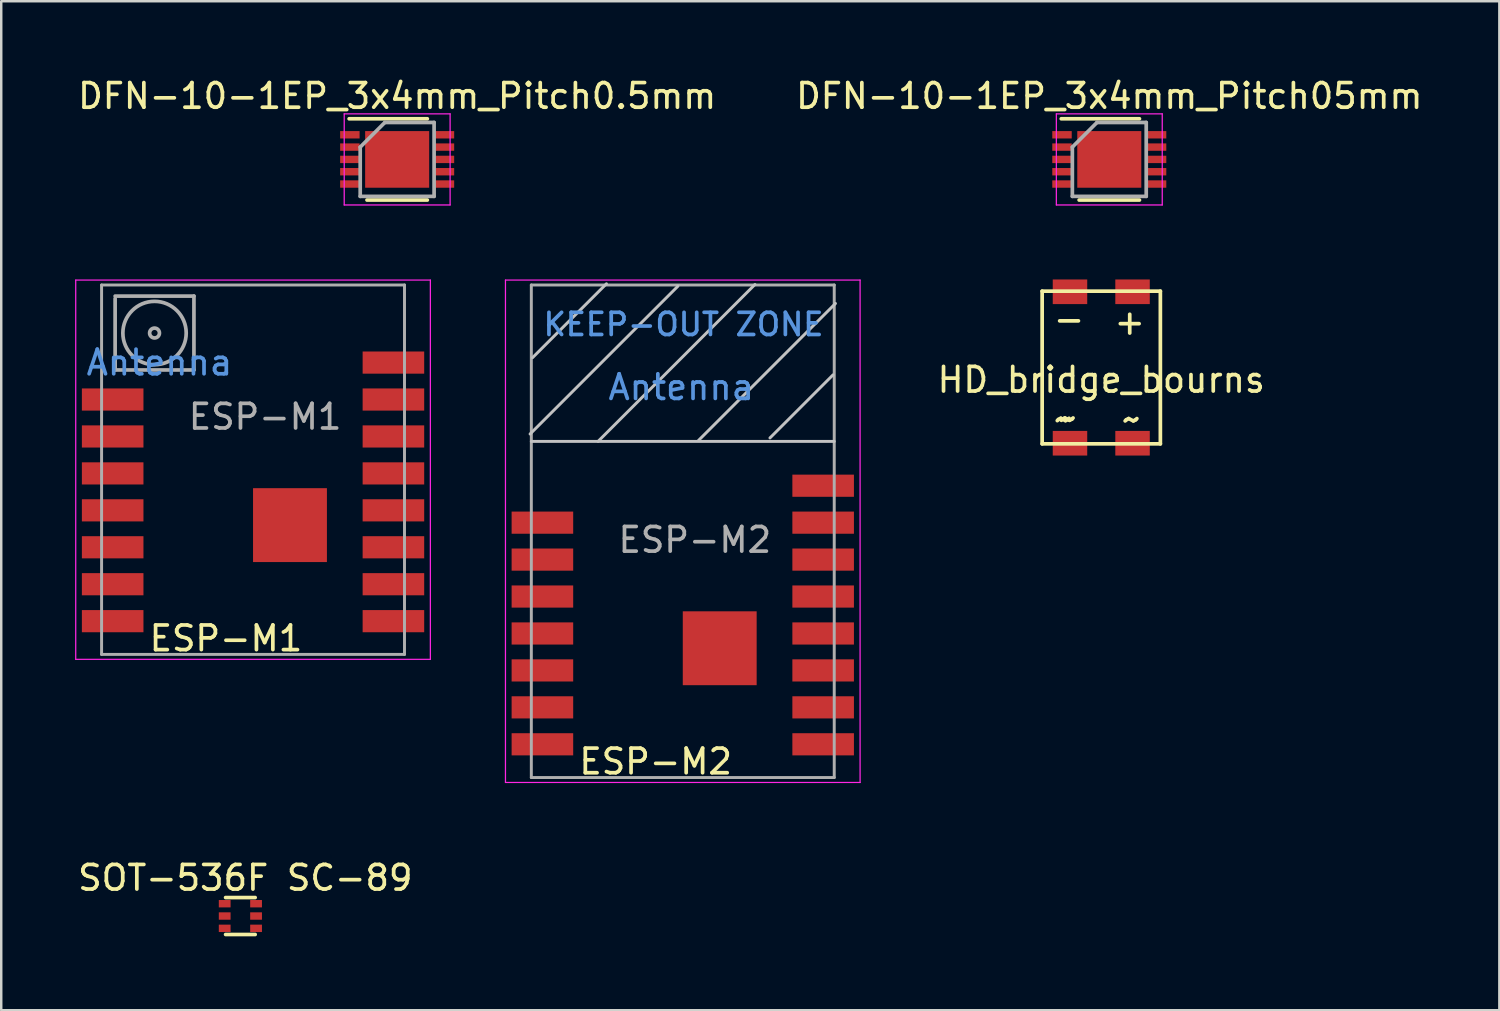
<source format=kicad_pcb>
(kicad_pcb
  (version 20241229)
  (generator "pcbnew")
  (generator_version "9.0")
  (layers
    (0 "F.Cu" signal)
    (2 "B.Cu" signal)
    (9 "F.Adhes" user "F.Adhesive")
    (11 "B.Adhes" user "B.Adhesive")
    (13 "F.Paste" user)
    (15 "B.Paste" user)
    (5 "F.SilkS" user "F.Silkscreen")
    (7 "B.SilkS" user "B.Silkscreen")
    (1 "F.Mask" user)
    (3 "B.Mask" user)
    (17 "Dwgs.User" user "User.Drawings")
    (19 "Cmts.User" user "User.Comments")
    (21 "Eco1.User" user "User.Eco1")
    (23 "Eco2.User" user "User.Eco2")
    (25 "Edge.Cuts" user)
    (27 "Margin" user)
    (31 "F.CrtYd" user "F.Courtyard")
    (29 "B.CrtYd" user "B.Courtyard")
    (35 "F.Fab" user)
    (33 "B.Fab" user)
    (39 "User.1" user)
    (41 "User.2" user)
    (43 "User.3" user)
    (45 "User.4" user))
  (footprint "ESP-M2"
    (layer "F.Cu")
    (at 24.675 19.673)
    (property "Reference" "ESP-M2" (at -1.1 8.2 0) (layer "F.SilkS") (effects (font (size 1 1) (thickness 0.15))))
    (attr smd)
    (fp_line (start -6.2 -5.1) (end -0.2 -11.1) (stroke (width 0.12) (type solid)) (layer "Dwgs.User"))
    (fp_line (start -6.1 -8.2) (end -3.1 -11.2) (stroke (width 0.12) (type solid)) (layer "Dwgs.User"))
    (fp_line (start -3.44 -4.8) (end 2.93 -11.17) (stroke (width 0.12) (type solid)) (layer "Dwgs.User"))
    (fp_line (start 0.64 -4.84) (end 6.2 -10.4) (stroke (width 0.12) (type solid)) (layer "Dwgs.User"))
    (fp_line (start 3.54 -4.94) (end 6.1 -7.5) (stroke (width 0.12) (type solid)) (layer "Dwgs.User"))
    (fp_line (start 6.15 -4.8) (end -6.15 -4.8) (stroke (width 0.12) (type solid)) (layer "Dwgs.User"))
    (fp_line (start -7.2 -11.35) (end -7.2 9.05) (stroke (width 0.05) (type solid)) (layer "F.CrtYd"))
    (fp_line (start -7.2 -11.35) (end 7.2 -11.35) (stroke (width 0.05) (type solid)) (layer "F.CrtYd"))
    (fp_line (start 7.2 -11.35) (end 7.2 9.05) (stroke (width 0.05) (type solid)) (layer "F.CrtYd"))
    (fp_line (start 7.2 9.05) (end -7.2 9.05) (stroke (width 0.05) (type solid)) (layer "F.CrtYd"))
    (fp_line (start -6.15 -11.15) (end 6.15 -11.15) (stroke (width 0.12) (type solid)) (layer "F.Fab"))
    (fp_line (start -6.15 8.85) (end -6.15 -11.15) (stroke (width 0.12) (type solid)) (layer "F.Fab"))
    (fp_line (start 6.15 -11.15) (end 6.15 8.85) (stroke (width 0.12) (type solid)) (layer "F.Fab"))
    (fp_line (start 6.15 8.85) (end -6.15 8.85) (stroke (width 0.12) (type solid)) (layer "F.Fab"))
    (fp_text user "KEEP-OUT ZONE" (at 0.03 -9.55 180) (layer "Cmts.User") (effects (font (size 0.9 0.9) (thickness 0.15))))
    (fp_text user "Antenna" (at -0.06 -7 180) (layer "Cmts.User") (effects (font (size 1 1) (thickness 0.15))))
    (fp_text user "${REFERENCE}" (at 0.49 -0.8 0) (layer "F.Fab") (effects (font (size 1 1) (thickness 0.15))))
    (pad "1" smd rect (at -5.7 -1.5) (size 2.5 0.9) (layers "F.Cu" "F.Mask" "F.Paste"))
    (pad "2" smd rect (at -5.7 0) (size 2.5 0.9) (layers "F.Cu" "F.Mask" "F.Paste"))
    (pad "3" smd rect (at -5.7 1.5) (size 2.5 0.9) (layers "F.Cu" "F.Mask" "F.Paste"))
    (pad "4" smd rect (at -5.7 3) (size 2.5 0.9) (layers "F.Cu" "F.Mask" "F.Paste"))
    (pad "5" smd rect (at -5.7 4.5) (size 2.5 0.9) (layers "F.Cu" "F.Mask" "F.Paste"))
    (pad "6" smd rect (at -5.7 6) (size 2.5 0.9) (layers "F.Cu" "F.Mask" "F.Paste"))
    (pad "7" smd rect (at -5.7 7.5) (size 2.5 0.9) (layers "F.Cu" "F.Mask" "F.Paste"))
    (pad "8" smd rect (at 1.5 3.6) (size 3 3) (layers "F.Cu" "F.Mask" "F.Paste"))
    (pad "8" smd rect (at 5.7 7.5) (size 2.5 0.9) (layers "F.Cu" "F.Mask" "F.Paste"))
    (pad "9" smd rect (at 5.7 6) (size 2.5 0.9) (layers "F.Cu" "F.Mask" "F.Paste"))
    (pad "10" smd rect (at 5.7 4.5) (size 2.5 0.9) (layers "F.Cu" "F.Mask" "F.Paste"))
    (pad "11" smd rect (at 5.7 3) (size 2.5 0.9) (layers "F.Cu" "F.Mask" "F.Paste"))
    (pad "12" smd rect (at 5.7 1.5) (size 2.5 0.9) (layers "F.Cu" "F.Mask" "F.Paste"))
    (pad "13" smd rect (at 5.7 0) (size 2.5 0.9) (layers "F.Cu" "F.Mask" "F.Paste"))
    (pad "14" smd rect (at 5.7 -1.5) (size 2.5 0.9) (layers "F.Cu" "F.Mask" "F.Paste"))
    (pad "15" smd rect (at 5.7 -3) (size 2.5 0.9) (layers "F.Cu" "F.Mask" "F.Paste")))
  (footprint "SOT-536F SC-89"
    (layer "F.Cu")
    (at 6.711 33.996)
    (property "Reference" "SOT-536F SC-89" (at 0.2 -1.4 0) (layer "F.SilkS") (effects (font (size 1 1) (thickness 0.15))))
    (attr through_hole)
    (fp_line (start -0.6 -0.6) (end 0.6 -0.6) (stroke (width 0.15) (type solid)) (layer "F.SilkS"))
    (fp_line (start 0.6 0.9) (end -0.6 0.9) (stroke (width 0.15) (type solid)) (layer "F.SilkS"))
    (pad "1" smd rect (at -0.637 -0.35) (size 0.478 0.3) (layers "F.Cu" "F.Mask" "F.Paste"))
    (pad "2" smd rect (at -0.637 0.15) (size 0.478 0.3) (layers "F.Cu" "F.Mask" "F.Paste"))
    (pad "3" smd rect (at -0.637 0.65) (size 0.478 0.3) (layers "F.Cu" "F.Mask" "F.Paste"))
    (pad "4" smd rect (at 0.637 0.65) (size 0.478 0.3) (layers "F.Cu" "F.Mask" "F.Paste"))
    (pad "5" smd rect (at 0.637 0.15) (size 0.478 0.3) (layers "F.Cu" "F.Mask" "F.Paste"))
    (pad "6" smd rect (at 0.637 -0.35) (size 0.478 0.3) (layers "F.Cu" "F.Mask" "F.Paste")))
  (footprint "HD_bridge_bourns"
    (layer "F.Cu")
    (at 41.668 11.873)
    (property "Reference" "HD_bridge_bourns" (at 0 0.5 0) (layer "F.SilkS") (effects (font (size 1 1) (thickness 0.15))))
    (attr through_hole)
    (fp_line (start -2.4 -3.1) (end -2.4 3.1) (stroke (width 0.15) (type solid)) (layer "F.SilkS"))
    (fp_line (start -2.4 -3.1) (end 2.4 -3.1) (stroke (width 0.15) (type solid)) (layer "F.SilkS"))
    (fp_line (start -2.4 3.1) (end 2.4 3.1) (stroke (width 0.15) (type solid)) (layer "F.SilkS"))
    (fp_line (start 2.4 -3.1) (end 2.4 3.1) (stroke (width 0.15) (type solid)) (layer "F.SilkS"))
    (fp_text user "~" (at -1.524 2.083 0) (layer "F.SilkS") (effects (font (size 1 1) (thickness 0.15))))
    (fp_text user "-" (at -1.308 -1.968 0) (layer "F.SilkS") (effects (font (size 1 1) (thickness 0.15))))
    (fp_text user "+" (at 1.156 -1.854 0) (layer "F.SilkS") (effects (font (size 1 1) (thickness 0.15))))
    (fp_text user "~" (at -1.359 2.07 0) (layer "F.SilkS") (effects (font (size 1 1) (thickness 0.15))))
    (fp_text user "~" (at 1.232 2.095 0) (layer "F.SilkS") (effects (font (size 1 1) (thickness 0.15))))
    (pad "1" smd rect (at 1.27 -3.075) (size 1.4 1) (layers "F.Cu" "F.Mask" "F.Paste"))
    (pad "2" smd rect (at 1.27 3.075) (size 1.4 1) (layers "F.Cu" "F.Mask" "F.Paste"))
    (pad "3" smd rect (at -1.27 3.075) (size 1.4 1) (layers "F.Cu" "F.Mask" "F.Paste"))
    (pad "4" smd rect (at -1.27 -3.075) (size 1.4 1) (layers "F.Cu" "F.Mask" "F.Paste")))
  (footprint "DFN-10-1EP_3x4mm_Pitch0.5mm"
    (layer "F.Cu")
    (at 13.077 3.423)
    (property "Reference" "DFN-10-1EP_3x4mm_Pitch0.5mm" (at 0 -2.575 0) (layer "F.SilkS") (effects (font (size 1 1) (thickness 0.15))))
    (attr smd)
    (fp_line (start -1.95 -1.65) (end 1.225 -1.65) (stroke (width 0.15) (type solid)) (layer "F.SilkS"))
    (fp_line (start -1.225 1.65) (end 1.225 1.65) (stroke (width 0.15) (type solid)) (layer "F.SilkS"))
    (fp_line (start -2.15 -1.85) (end -2.15 1.85) (stroke (width 0.05) (type solid)) (layer "F.CrtYd"))
    (fp_line (start -2.15 -1.85) (end 2.15 -1.85) (stroke (width 0.05) (type solid)) (layer "F.CrtYd"))
    (fp_line (start -2.15 1.85) (end 2.15 1.85) (stroke (width 0.05) (type solid)) (layer "F.CrtYd"))
    (fp_line (start 2.15 -1.85) (end 2.15 1.85) (stroke (width 0.05) (type solid)) (layer "F.CrtYd"))
    (fp_line (start -1.5 -0.5) (end -0.5 -1.5) (stroke (width 0.15) (type solid)) (layer "F.Fab"))
    (fp_line (start -1.5 1.5) (end -1.5 -0.5) (stroke (width 0.15) (type solid)) (layer "F.Fab"))
    (fp_line (start -0.5 -1.5) (end 1.5 -1.5) (stroke (width 0.15) (type solid)) (layer "F.Fab"))
    (fp_line (start 1.5 -1.5) (end 1.5 1.5) (stroke (width 0.15) (type solid)) (layer "F.Fab"))
    (fp_line (start 1.5 1.5) (end -1.5 1.5) (stroke (width 0.15) (type solid)) (layer "F.Fab"))
    (pad "1" smd rect (at -1.92 -1) (size 0.79 0.3) (layers "F.Cu" "F.Mask" "F.Paste"))
    (pad "2" smd rect (at -1.92 -0.5) (size 0.79 0.3) (layers "F.Cu" "F.Mask" "F.Paste"))
    (pad "3" smd rect (at -1.92 0) (size 0.79 0.3) (layers "F.Cu" "F.Mask" "F.Paste"))
    (pad "4" smd rect (at -1.92 0.5) (size 0.79 0.3) (layers "F.Cu" "F.Mask" "F.Paste"))
    (pad "5" smd rect (at -1.92 1) (size 0.79 0.3) (layers "F.Cu" "F.Mask" "F.Paste"))
    (pad "6" smd rect (at 1.92 1) (size 0.79 0.3) (layers "F.Cu" "F.Mask" "F.Paste"))
    (pad "7" smd rect (at 1.92 0.5) (size 0.79 0.3) (layers "F.Cu" "F.Mask" "F.Paste"))
    (pad "8" smd rect (at 1.92 0) (size 0.79 0.3) (layers "F.Cu" "F.Mask" "F.Paste"))
    (pad "9" smd rect (at 1.92 -0.5) (size 0.79 0.3) (layers "F.Cu" "F.Mask" "F.Paste"))
    (pad "10" smd rect (at 1.92 -1) (size 0.79 0.3) (layers "F.Cu" "F.Mask" "F.Paste"))
    (pad "11" smd rect (at 0 0) (size 2.6 2.3) (layers "F.Cu" "F.Mask" "F.Paste")))
  (footprint "DFN-10-1EP_3x4mm_Pitch05mm"
    (layer "F.Cu")
    (at 41.994 3.423)
    (property "Reference" "DFN-10-1EP_3x4mm_Pitch05mm" (at 0 -2.575 0) (layer "F.SilkS") (effects (font (size 1 1) (thickness 0.15))))
    (attr smd)
    (fp_line (start -1.95 -1.65) (end 1.225 -1.65) (stroke (width 0.15) (type solid)) (layer "F.SilkS"))
    (fp_line (start -1.225 1.65) (end 1.225 1.65) (stroke (width 0.15) (type solid)) (layer "F.SilkS"))
    (fp_line (start -2.15 -1.85) (end -2.15 1.85) (stroke (width 0.05) (type solid)) (layer "F.CrtYd"))
    (fp_line (start -2.15 -1.85) (end 2.15 -1.85) (stroke (width 0.05) (type solid)) (layer "F.CrtYd"))
    (fp_line (start -2.15 1.85) (end 2.15 1.85) (stroke (width 0.05) (type solid)) (layer "F.CrtYd"))
    (fp_line (start 2.15 -1.85) (end 2.15 1.85) (stroke (width 0.05) (type solid)) (layer "F.CrtYd"))
    (fp_line (start -1.5 -0.5) (end -0.5 -1.5) (stroke (width 0.15) (type solid)) (layer "F.Fab"))
    (fp_line (start -1.5 1.5) (end -1.5 -0.5) (stroke (width 0.15) (type solid)) (layer "F.Fab"))
    (fp_line (start -0.5 -1.5) (end 1.5 -1.5) (stroke (width 0.15) (type solid)) (layer "F.Fab"))
    (fp_line (start 1.5 -1.5) (end 1.5 1.5) (stroke (width 0.15) (type solid)) (layer "F.Fab"))
    (fp_line (start 1.5 1.5) (end -1.5 1.5) (stroke (width 0.15) (type solid)) (layer "F.Fab"))
    (pad "1" smd rect (at -1.92 -1) (size 0.79 0.3) (layers "F.Cu" "F.Mask" "F.Paste"))
    (pad "2" smd rect (at -1.92 -0.5) (size 0.79 0.3) (layers "F.Cu" "F.Mask" "F.Paste"))
    (pad "3" smd rect (at -1.92 0) (size 0.79 0.3) (layers "F.Cu" "F.Mask" "F.Paste"))
    (pad "4" smd rect (at -1.92 0.5) (size 0.79 0.3) (layers "F.Cu" "F.Mask" "F.Paste"))
    (pad "5" smd rect (at -1.92 1) (size 0.79 0.3) (layers "F.Cu" "F.Mask" "F.Paste"))
    (pad "6" smd rect (at 1.92 1) (size 0.79 0.3) (layers "F.Cu" "F.Mask" "F.Paste"))
    (pad "7" smd rect (at 1.92 0.5) (size 0.79 0.3) (layers "F.Cu" "F.Mask" "F.Paste"))
    (pad "8" smd rect (at 1.92 0) (size 0.79 0.3) (layers "F.Cu" "F.Mask" "F.Paste"))
    (pad "9" smd rect (at 1.92 -0.5) (size 0.79 0.3) (layers "F.Cu" "F.Mask" "F.Paste"))
    (pad "10" smd rect (at 1.92 -1) (size 0.79 0.3) (layers "F.Cu" "F.Mask" "F.Paste"))
    (pad "11" smd rect (at 0 0) (size 2.6 2.3) (layers "F.Cu" "F.Mask" "F.Paste")))
  (footprint "ESP-M1"
    (layer "F.Cu")
    (at 7.225 14.673)
    (property "Reference" "ESP-M1" (at -1.1 8.2 0) (layer "F.SilkS") (effects (font (size 1 1) (thickness 0.15))))
    (attr smd)
    (fp_line (start -7.2 -6.35) (end -7.2 9.05) (stroke (width 0.05) (type solid)) (layer "F.CrtYd"))
    (fp_line (start -7.2 -6.35) (end 7.2 -6.35) (stroke (width 0.05) (type solid)) (layer "F.CrtYd"))
    (fp_line (start 7.2 -6.35) (end 7.2 9.05) (stroke (width 0.05) (type solid)) (layer "F.CrtYd"))
    (fp_line (start 7.2 9.05) (end -7.2 9.05) (stroke (width 0.05) (type solid)) (layer "F.CrtYd"))
    (fp_line (start -6.15 -6.15) (end 6.15 -6.15) (stroke (width 0.12) (type solid)) (layer "F.Fab"))
    (fp_line (start -6.15 8.85) (end -6.15 -6.15) (stroke (width 0.12) (type solid)) (layer "F.Fab"))
    (fp_line (start -5.6 -5.6) (end -5.6 -2.7) (stroke (width 0.15) (type solid)) (layer "F.Fab"))
    (fp_line (start -5.6 -2.7) (end -2.4 -2.7) (stroke (width 0.15) (type solid)) (layer "F.Fab"))
    (fp_line (start -2.4 -5.7) (end -5.6 -5.7) (stroke (width 0.15) (type solid)) (layer "F.Fab"))
    (fp_line (start -2.4 -2.7) (end -2.4 -5.7) (stroke (width 0.15) (type solid)) (layer "F.Fab"))
    (fp_line (start 6.15 -6.15) (end 6.15 8.85) (stroke (width 0.12) (type solid)) (layer "F.Fab"))
    (fp_line (start 6.15 8.85) (end -6.15 8.85) (stroke (width 0.12) (type solid)) (layer "F.Fab"))
    (fp_circle (center -4 -4.2) (end -3.8 -4.2) (stroke (width 0.15) (type solid)) (fill no) (layer "F.Fab"))
    (fp_circle (center -4 -4.2) (end -2.921 -3.5) (stroke (width 0.15) (type solid)) (fill no) (layer "F.Fab"))
    (fp_text user "Antenna" (at -3.8 -3 180) (layer "Cmts.User") (effects (font (size 1 1) (thickness 0.15))))
    (fp_text user "${REFERENCE}" (at 0.49 -0.8 0) (layer "F.Fab") (effects (font (size 1 1) (thickness 0.15))))
    (pad "1" smd rect (at -5.7 -1.5) (size 2.5 0.9) (layers "F.Cu" "F.Mask" "F.Paste"))
    (pad "2" smd rect (at -5.7 0) (size 2.5 0.9) (layers "F.Cu" "F.Mask" "F.Paste"))
    (pad "3" smd rect (at -5.7 1.5) (size 2.5 0.9) (layers "F.Cu" "F.Mask" "F.Paste"))
    (pad "4" smd rect (at -5.7 3) (size 2.5 0.9) (layers "F.Cu" "F.Mask" "F.Paste"))
    (pad "5" smd rect (at -5.7 4.5) (size 2.5 0.9) (layers "F.Cu" "F.Mask" "F.Paste"))
    (pad "6" smd rect (at -5.7 6) (size 2.5 0.9) (layers "F.Cu" "F.Mask" "F.Paste"))
    (pad "7" smd rect (at -5.7 7.5) (size 2.5 0.9) (layers "F.Cu" "F.Mask" "F.Paste"))
    (pad "8" smd rect (at 1.5 3.6) (size 3 3) (layers "F.Cu" "F.Mask" "F.Paste"))
    (pad "8" smd rect (at 5.7 7.5) (size 2.5 0.9) (layers "F.Cu" "F.Mask" "F.Paste"))
    (pad "9" smd rect (at 5.7 6) (size 2.5 0.9) (layers "F.Cu" "F.Mask" "F.Paste"))
    (pad "10" smd rect (at 5.7 4.5) (size 2.5 0.9) (layers "F.Cu" "F.Mask" "F.Paste"))
    (pad "11" smd rect (at 5.7 3) (size 2.5 0.9) (layers "F.Cu" "F.Mask" "F.Paste"))
    (pad "12" smd rect (at 5.7 1.5) (size 2.5 0.9) (layers "F.Cu" "F.Mask" "F.Paste"))
    (pad "13" smd rect (at 5.7 0) (size 2.5 0.9) (layers "F.Cu" "F.Mask" "F.Paste"))
    (pad "14" smd rect (at 5.7 -1.5) (size 2.5 0.9) (layers "F.Cu" "F.Mask" "F.Paste"))
    (pad "15" smd rect (at 5.7 -3) (size 2.5 0.9) (layers "F.Cu" "F.Mask" "F.Paste")))
  (gr_rect
    (start -3 -3)
    (end 57.833 37.971)
    (stroke (width 0.1) (type default))
    (fill no)
    (layer "Edge.Cuts")))
</source>
